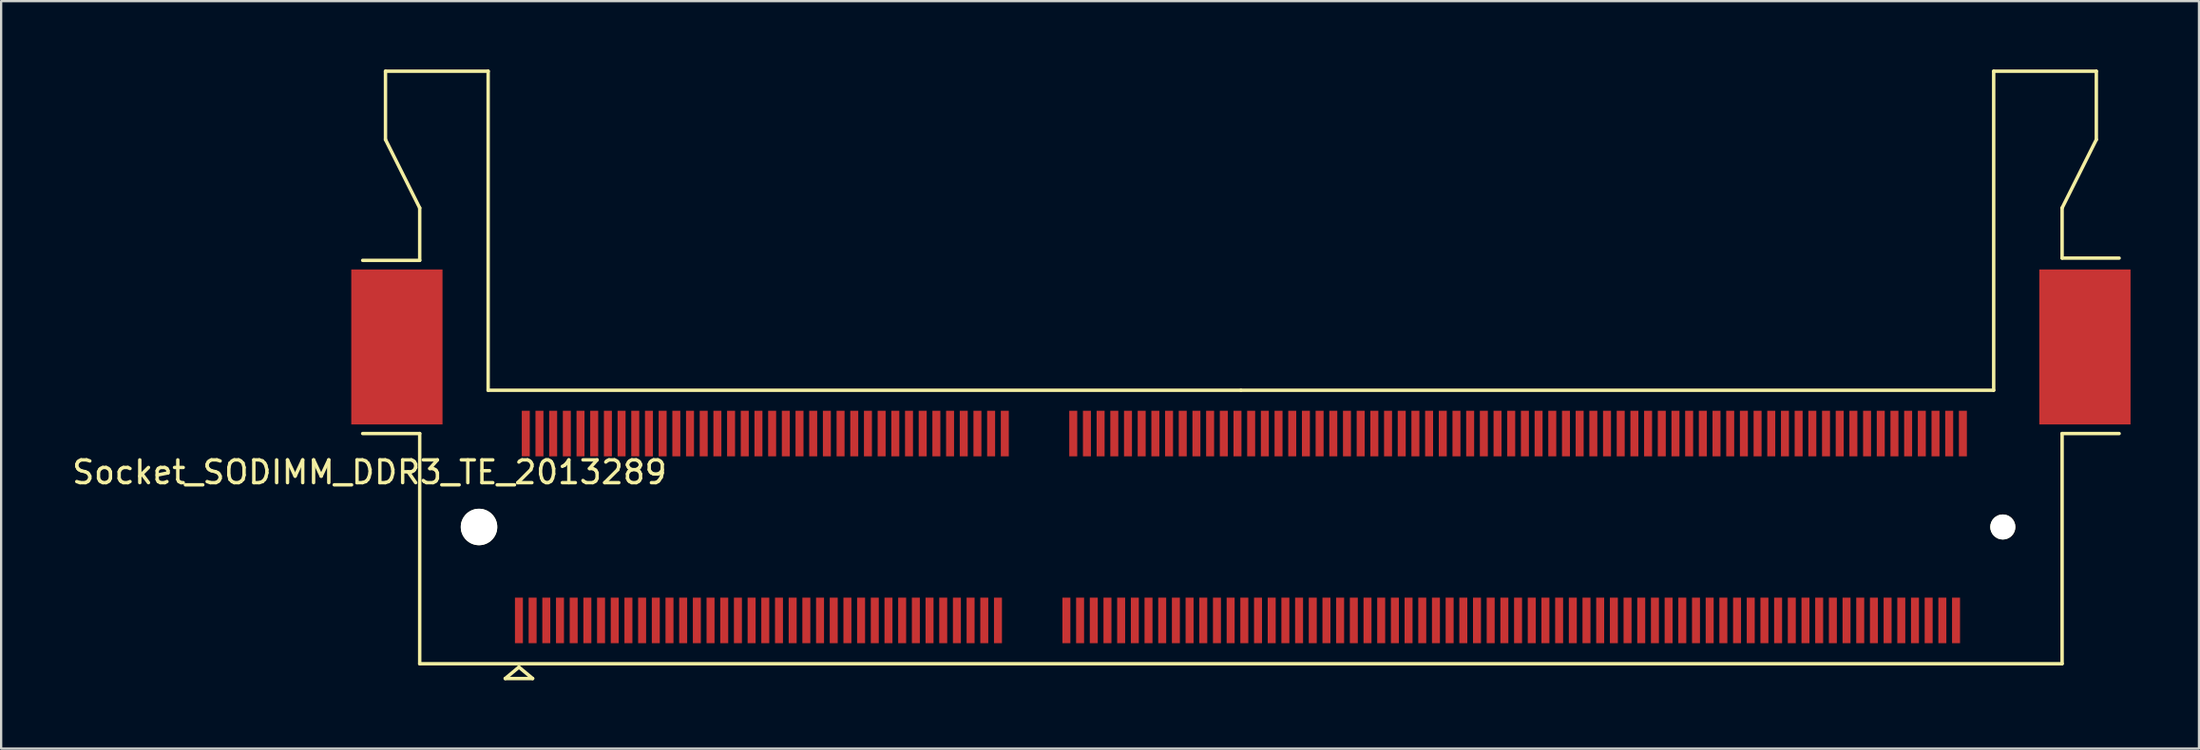
<source format=kicad_pcb>
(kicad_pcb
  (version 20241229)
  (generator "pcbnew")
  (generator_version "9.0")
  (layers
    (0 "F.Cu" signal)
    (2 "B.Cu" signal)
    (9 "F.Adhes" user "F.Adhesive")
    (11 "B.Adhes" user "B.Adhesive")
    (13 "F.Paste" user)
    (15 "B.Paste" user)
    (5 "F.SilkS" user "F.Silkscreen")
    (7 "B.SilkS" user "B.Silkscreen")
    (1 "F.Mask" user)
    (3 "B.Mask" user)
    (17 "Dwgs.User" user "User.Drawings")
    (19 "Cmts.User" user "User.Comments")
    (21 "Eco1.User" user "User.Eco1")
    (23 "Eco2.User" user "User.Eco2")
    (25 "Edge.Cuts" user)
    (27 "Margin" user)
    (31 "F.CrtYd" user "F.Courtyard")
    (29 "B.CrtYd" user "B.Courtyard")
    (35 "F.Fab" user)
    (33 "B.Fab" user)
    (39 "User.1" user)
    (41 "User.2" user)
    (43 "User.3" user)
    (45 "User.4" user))
  (footprint "Socket_SODIMM_DDR3_TE_2013289"
    (layer "F.Cu")
    (at 51.349 20.075)
    (property "Reference" "Socket_SODIMM_DDR3_TE_2013289" (at -38.2 -2.4 0) (layer "F.SilkS") (effects (font (size 1 1) (thickness 0.15))))
    (attr smd)
    (fp_line (start -37.5 -20) (end -37.5 -17) (stroke (width 0.15) (type solid)) (layer "F.SilkS"))
    (fp_line (start -37.5 -17) (end -36 -14) (stroke (width 0.15) (type solid)) (layer "F.SilkS"))
    (fp_line (start -36 -14) (end -36 -11.7) (stroke (width 0.15) (type solid)) (layer "F.SilkS"))
    (fp_line (start -36 -11.7) (end -38.5 -11.7) (stroke (width 0.15) (type solid)) (layer "F.SilkS"))
    (fp_line (start -36 -4.1) (end -38.5 -4.1) (stroke (width 0.15) (type solid)) (layer "F.SilkS"))
    (fp_line (start -36 -4.1) (end -36 6) (stroke (width 0.15) (type solid)) (layer "F.SilkS"))
    (fp_line (start -36 6) (end 36 6) (stroke (width 0.15) (type solid)) (layer "F.SilkS"))
    (fp_line (start -33 -20) (end -37.5 -20) (stroke (width 0.15) (type solid)) (layer "F.SilkS"))
    (fp_line (start -33 -6) (end -33 -20) (stroke (width 0.15) (type solid)) (layer "F.SilkS"))
    (fp_line (start -32.25 6.65) (end -31.65 6.15) (stroke (width 0.15) (type solid)) (layer "F.SilkS"))
    (fp_line (start -31.65 6.15) (end -31.05 6.65) (stroke (width 0.15) (type solid)) (layer "F.SilkS"))
    (fp_line (start -31.05 6.65) (end -32.25 6.65) (stroke (width 0.15) (type solid)) (layer "F.SilkS"))
    (fp_line (start 0 -6) (end -33 -6) (stroke (width 0.15) (type solid)) (layer "F.SilkS"))
    (fp_line (start 33 -20) (end 33 -6) (stroke (width 0.15) (type solid)) (layer "F.SilkS"))
    (fp_line (start 33 -6) (end 0 -6) (stroke (width 0.15) (type solid)) (layer "F.SilkS"))
    (fp_line (start 36 -14) (end 36 -11.8) (stroke (width 0.15) (type solid)) (layer "F.SilkS"))
    (fp_line (start 36 -14) (end 37.5 -17) (stroke (width 0.15) (type solid)) (layer "F.SilkS"))
    (fp_line (start 36 -11.8) (end 38.5 -11.8) (stroke (width 0.15) (type solid)) (layer "F.SilkS"))
    (fp_line (start 36 -4.1) (end 38.5 -4.1) (stroke (width 0.15) (type solid)) (layer "F.SilkS"))
    (fp_line (start 36 6) (end 36 -4.1) (stroke (width 0.15) (type solid)) (layer "F.SilkS"))
    (fp_line (start 37.5 -20) (end 33 -20) (stroke (width 0.15) (type solid)) (layer "F.SilkS"))
    (fp_line (start 37.5 -17) (end 37.5 -20) (stroke (width 0.15) (type solid)) (layer "F.SilkS"))
    (pad "" smd rect (at -37 -7.9) (size 4 6.8) (layers "F.Cu" "F.Mask" "F.Paste"))
    (pad "" np_thru_hole circle (at -33.4 0) (size 1.6 1.6) (drill 1.6) (layers "*.Cu" "*.Mask" "F.SilkS"))
    (pad "" np_thru_hole circle (at 33.4 0) (size 1.1 1.1) (drill 1.1) (layers "*.Cu" "*.Mask" "F.SilkS"))
    (pad "" smd rect (at 37 -7.9) (size 4 6.8) (layers "F.Cu" "F.Mask" "F.Paste"))
    (pad "1" smd rect (at -31.65 4.1) (size 0.35 2) (layers "F.Cu" "F.Mask" "F.Paste"))
    (pad "2" smd rect (at -31.35 -4.1) (size 0.35 2) (layers "F.Cu" "F.Mask" "F.Paste"))
    (pad "3" smd rect (at -31.05 4.1) (size 0.35 2) (layers "F.Cu" "F.Mask" "F.Paste"))
    (pad "4" smd rect (at -30.75 -4.1) (size 0.35 2) (layers "F.Cu" "F.Mask" "F.Paste"))
    (pad "5" smd rect (at -30.45 4.1) (size 0.35 2) (layers "F.Cu" "F.Mask" "F.Paste"))
    (pad "6" smd rect (at -30.15 -4.1) (size 0.35 2) (layers "F.Cu" "F.Mask" "F.Paste"))
    (pad "7" smd rect (at -29.85 4.1) (size 0.35 2) (layers "F.Cu" "F.Mask" "F.Paste"))
    (pad "8" smd rect (at -29.55 -4.1) (size 0.35 2) (layers "F.Cu" "F.Mask" "F.Paste"))
    (pad "9" smd rect (at -29.25 4.1) (size 0.35 2) (layers "F.Cu" "F.Mask" "F.Paste"))
    (pad "10" smd rect (at -28.95 -4.1) (size 0.35 2) (layers "F.Cu" "F.Mask" "F.Paste"))
    (pad "11" smd rect (at -28.65 4.1) (size 0.35 2) (layers "F.Cu" "F.Mask" "F.Paste"))
    (pad "12" smd rect (at -28.35 -4.1) (size 0.35 2) (layers "F.Cu" "F.Mask" "F.Paste"))
    (pad "13" smd rect (at -28.05 4.1) (size 0.35 2) (layers "F.Cu" "F.Mask" "F.Paste"))
    (pad "14" smd rect (at -27.75 -4.1) (size 0.35 2) (layers "F.Cu" "F.Mask" "F.Paste"))
    (pad "15" smd rect (at -27.45 4.1) (size 0.35 2) (layers "F.Cu" "F.Mask" "F.Paste"))
    (pad "16" smd rect (at -27.15 -4.1) (size 0.35 2) (layers "F.Cu" "F.Mask" "F.Paste"))
    (pad "17" smd rect (at -26.85 4.1) (size 0.35 2) (layers "F.Cu" "F.Mask" "F.Paste"))
    (pad "18" smd rect (at -26.55 -4.1) (size 0.35 2) (layers "F.Cu" "F.Mask" "F.Paste"))
    (pad "19" smd rect (at -26.25 4.1) (size 0.35 2) (layers "F.Cu" "F.Mask" "F.Paste"))
    (pad "20" smd rect (at -25.95 -4.1) (size 0.35 2) (layers "F.Cu" "F.Mask" "F.Paste"))
    (pad "21" smd rect (at -25.65 4.1) (size 0.35 2) (layers "F.Cu" "F.Mask" "F.Paste"))
    (pad "22" smd rect (at -25.35 -4.1) (size 0.35 2) (layers "F.Cu" "F.Mask" "F.Paste"))
    (pad "23" smd rect (at -25.05 4.1) (size 0.35 2) (layers "F.Cu" "F.Mask" "F.Paste"))
    (pad "24" smd rect (at -24.75 -4.1) (size 0.35 2) (layers "F.Cu" "F.Mask" "F.Paste"))
    (pad "25" smd rect (at -24.45 4.1) (size 0.35 2) (layers "F.Cu" "F.Mask" "F.Paste"))
    (pad "26" smd rect (at -24.15 -4.1) (size 0.35 2) (layers "F.Cu" "F.Mask" "F.Paste"))
    (pad "27" smd rect (at -23.85 4.1) (size 0.35 2) (layers "F.Cu" "F.Mask" "F.Paste"))
    (pad "28" smd rect (at -23.55 -4.1) (size 0.35 2) (layers "F.Cu" "F.Mask" "F.Paste"))
    (pad "29" smd rect (at -23.25 4.1) (size 0.35 2) (layers "F.Cu" "F.Mask" "F.Paste"))
    (pad "30" smd rect (at -22.95 -4.1) (size 0.35 2) (layers "F.Cu" "F.Mask" "F.Paste"))
    (pad "31" smd rect (at -22.65 4.1) (size 0.35 2) (layers "F.Cu" "F.Mask" "F.Paste"))
    (pad "32" smd rect (at -22.35 -4.1) (size 0.35 2) (layers "F.Cu" "F.Mask" "F.Paste"))
    (pad "33" smd rect (at -22.05 4.1) (size 0.35 2) (layers "F.Cu" "F.Mask" "F.Paste"))
    (pad "34" smd rect (at -21.75 -4.1) (size 0.35 2) (layers "F.Cu" "F.Mask" "F.Paste"))
    (pad "35" smd rect (at -21.45 4.1) (size 0.35 2) (layers "F.Cu" "F.Mask" "F.Paste"))
    (pad "36" smd rect (at -21.15 -4.1) (size 0.35 2) (layers "F.Cu" "F.Mask" "F.Paste"))
    (pad "37" smd rect (at -20.85 4.1) (size 0.35 2) (layers "F.Cu" "F.Mask" "F.Paste"))
    (pad "38" smd rect (at -20.55 -4.1) (size 0.35 2) (layers "F.Cu" "F.Mask" "F.Paste"))
    (pad "39" smd rect (at -20.25 4.1) (size 0.35 2) (layers "F.Cu" "F.Mask" "F.Paste"))
    (pad "40" smd rect (at -19.95 -4.1) (size 0.35 2) (layers "F.Cu" "F.Mask" "F.Paste"))
    (pad "41" smd rect (at -19.65 4.1) (size 0.35 2) (layers "F.Cu" "F.Mask" "F.Paste"))
    (pad "42" smd rect (at -19.35 -4.1) (size 0.35 2) (layers "F.Cu" "F.Mask" "F.Paste"))
    (pad "43" smd rect (at -19.05 4.1) (size 0.35 2) (layers "F.Cu" "F.Mask" "F.Paste"))
    (pad "44" smd rect (at -18.75 -4.1) (size 0.35 2) (layers "F.Cu" "F.Mask" "F.Paste"))
    (pad "45" smd rect (at -18.45 4.1) (size 0.35 2) (layers "F.Cu" "F.Mask" "F.Paste"))
    (pad "46" smd rect (at -18.15 -4.1) (size 0.35 2) (layers "F.Cu" "F.Mask" "F.Paste"))
    (pad "47" smd rect (at -17.85 4.1) (size 0.35 2) (layers "F.Cu" "F.Mask" "F.Paste"))
    (pad "48" smd rect (at -17.55 -4.1) (size 0.35 2) (layers "F.Cu" "F.Mask" "F.Paste"))
    (pad "49" smd rect (at -17.25 4.1) (size 0.35 2) (layers "F.Cu" "F.Mask" "F.Paste"))
    (pad "50" smd rect (at -16.95 -4.1) (size 0.35 2) (layers "F.Cu" "F.Mask" "F.Paste"))
    (pad "51" smd rect (at -16.65 4.1) (size 0.35 2) (layers "F.Cu" "F.Mask" "F.Paste"))
    (pad "52" smd rect (at -16.35 -4.1) (size 0.35 2) (layers "F.Cu" "F.Mask" "F.Paste"))
    (pad "53" smd rect (at -16.05 4.1) (size 0.35 2) (layers "F.Cu" "F.Mask" "F.Paste"))
    (pad "54" smd rect (at -15.75 -4.1) (size 0.35 2) (layers "F.Cu" "F.Mask" "F.Paste"))
    (pad "55" smd rect (at -15.45 4.1) (size 0.35 2) (layers "F.Cu" "F.Mask" "F.Paste"))
    (pad "56" smd rect (at -15.15 -4.1) (size 0.35 2) (layers "F.Cu" "F.Mask" "F.Paste"))
    (pad "57" smd rect (at -14.85 4.1) (size 0.35 2) (layers "F.Cu" "F.Mask" "F.Paste"))
    (pad "58" smd rect (at -14.55 -4.1) (size 0.35 2) (layers "F.Cu" "F.Mask" "F.Paste"))
    (pad "59" smd rect (at -14.25 4.1) (size 0.35 2) (layers "F.Cu" "F.Mask" "F.Paste"))
    (pad "60" smd rect (at -13.95 -4.1) (size 0.35 2) (layers "F.Cu" "F.Mask" "F.Paste"))
    (pad "61" smd rect (at -13.65 4.1) (size 0.35 2) (layers "F.Cu" "F.Mask" "F.Paste"))
    (pad "62" smd rect (at -13.35 -4.1) (size 0.35 2) (layers "F.Cu" "F.Mask" "F.Paste"))
    (pad "63" smd rect (at -13.05 4.1) (size 0.35 2) (layers "F.Cu" "F.Mask" "F.Paste"))
    (pad "64" smd rect (at -12.75 -4.1) (size 0.35 2) (layers "F.Cu" "F.Mask" "F.Paste"))
    (pad "65" smd rect (at -12.45 4.1) (size 0.35 2) (layers "F.Cu" "F.Mask" "F.Paste"))
    (pad "66" smd rect (at -12.15 -4.1) (size 0.35 2) (layers "F.Cu" "F.Mask" "F.Paste"))
    (pad "67" smd rect (at -11.85 4.1) (size 0.35 2) (layers "F.Cu" "F.Mask" "F.Paste"))
    (pad "68" smd rect (at -11.55 -4.1) (size 0.35 2) (layers "F.Cu" "F.Mask" "F.Paste"))
    (pad "69" smd rect (at -11.25 4.1) (size 0.35 2) (layers "F.Cu" "F.Mask" "F.Paste"))
    (pad "70" smd rect (at -10.95 -4.1) (size 0.35 2) (layers "F.Cu" "F.Mask" "F.Paste"))
    (pad "71" smd rect (at -10.65 4.1) (size 0.35 2) (layers "F.Cu" "F.Mask" "F.Paste"))
    (pad "72" smd rect (at -10.35 -4.1) (size 0.35 2) (layers "F.Cu" "F.Mask" "F.Paste"))
    (pad "73" smd rect (at -7.65 4.1) (size 0.35 2) (layers "F.Cu" "F.Mask" "F.Paste"))
    (pad "74" smd rect (at -7.35 -4.1) (size 0.35 2) (layers "F.Cu" "F.Mask" "F.Paste"))
    (pad "75" smd rect (at -7.05 4.1) (size 0.35 2) (layers "F.Cu" "F.Mask" "F.Paste"))
    (pad "76" smd rect (at -6.75 -4.1) (size 0.35 2) (layers "F.Cu" "F.Mask" "F.Paste"))
    (pad "77" smd rect (at -6.45 4.1) (size 0.35 2) (layers "F.Cu" "F.Mask" "F.Paste"))
    (pad "78" smd rect (at -6.15 -4.1) (size 0.35 2) (layers "F.Cu" "F.Mask" "F.Paste"))
    (pad "79" smd rect (at -5.85 4.1) (size 0.35 2) (layers "F.Cu" "F.Mask" "F.Paste"))
    (pad "80" smd rect (at -5.55 -4.1) (size 0.35 2) (layers "F.Cu" "F.Mask" "F.Paste"))
    (pad "81" smd rect (at -5.25 4.1) (size 0.35 2) (layers "F.Cu" "F.Mask" "F.Paste"))
    (pad "82" smd rect (at -4.95 -4.1) (size 0.35 2) (layers "F.Cu" "F.Mask" "F.Paste"))
    (pad "83" smd rect (at -4.65 4.1) (size 0.35 2) (layers "F.Cu" "F.Mask" "F.Paste"))
    (pad "84" smd rect (at -4.35 -4.1) (size 0.35 2) (layers "F.Cu" "F.Mask" "F.Paste"))
    (pad "85" smd rect (at -4.05 4.1) (size 0.35 2) (layers "F.Cu" "F.Mask" "F.Paste"))
    (pad "86" smd rect (at -3.75 -4.1) (size 0.35 2) (layers "F.Cu" "F.Mask" "F.Paste"))
    (pad "87" smd rect (at -3.45 4.1) (size 0.35 2) (layers "F.Cu" "F.Mask" "F.Paste"))
    (pad "88" smd rect (at -3.15 -4.1) (size 0.35 2) (layers "F.Cu" "F.Mask" "F.Paste"))
    (pad "89" smd rect (at -2.85 4.1) (size 0.35 2) (layers "F.Cu" "F.Mask" "F.Paste"))
    (pad "90" smd rect (at -2.55 -4.1) (size 0.35 2) (layers "F.Cu" "F.Mask" "F.Paste"))
    (pad "91" smd rect (at -2.25 4.1) (size 0.35 2) (layers "F.Cu" "F.Mask" "F.Paste"))
    (pad "92" smd rect (at -1.95 -4.1) (size 0.35 2) (layers "F.Cu" "F.Mask" "F.Paste"))
    (pad "93" smd rect (at -1.65 4.1) (size 0.35 2) (layers "F.Cu" "F.Mask" "F.Paste"))
    (pad "94" smd rect (at -1.35 -4.1) (size 0.35 2) (layers "F.Cu" "F.Mask" "F.Paste"))
    (pad "95" smd rect (at -1.05 4.1) (size 0.35 2) (layers "F.Cu" "F.Mask" "F.Paste"))
    (pad "96" smd rect (at -0.75 -4.1) (size 0.35 2) (layers "F.Cu" "F.Mask" "F.Paste"))
    (pad "97" smd rect (at -0.45 4.1) (size 0.35 2) (layers "F.Cu" "F.Mask" "F.Paste"))
    (pad "98" smd rect (at -0.15 -4.1) (size 0.35 2) (layers "F.Cu" "F.Mask" "F.Paste"))
    (pad "99" smd rect (at 0.15 4.1) (size 0.35 2) (layers "F.Cu" "F.Mask" "F.Paste"))
    (pad "100" smd rect (at 0.45 -4.1) (size 0.35 2) (layers "F.Cu" "F.Mask" "F.Paste"))
    (pad "101" smd rect (at 0.75 4.1) (size 0.35 2) (layers "F.Cu" "F.Mask" "F.Paste"))
    (pad "102" smd rect (at 1.05 -4.1) (size 0.35 2) (layers "F.Cu" "F.Mask" "F.Paste"))
    (pad "103" smd rect (at 1.35 4.1) (size 0.35 2) (layers "F.Cu" "F.Mask" "F.Paste"))
    (pad "104" smd rect (at 1.65 -4.1) (size 0.35 2) (layers "F.Cu" "F.Mask" "F.Paste"))
    (pad "105" smd rect (at 1.95 4.1) (size 0.35 2) (layers "F.Cu" "F.Mask" "F.Paste"))
    (pad "106" smd rect (at 2.25 -4.1) (size 0.35 2) (layers "F.Cu" "F.Mask" "F.Paste"))
    (pad "107" smd rect (at 2.55 4.1) (size 0.35 2) (layers "F.Cu" "F.Mask" "F.Paste"))
    (pad "108" smd rect (at 2.85 -4.1) (size 0.35 2) (layers "F.Cu" "F.Mask" "F.Paste"))
    (pad "109" smd rect (at 3.15 4.1) (size 0.35 2) (layers "F.Cu" "F.Mask" "F.Paste"))
    (pad "110" smd rect (at 3.45 -4.1) (size 0.35 2) (layers "F.Cu" "F.Mask" "F.Paste"))
    (pad "111" smd rect (at 3.75 4.1) (size 0.35 2) (layers "F.Cu" "F.Mask" "F.Paste"))
    (pad "112" smd rect (at 4.05 -4.1) (size 0.35 2) (layers "F.Cu" "F.Mask" "F.Paste"))
    (pad "113" smd rect (at 4.35 4.1) (size 0.35 2) (layers "F.Cu" "F.Mask" "F.Paste"))
    (pad "114" smd rect (at 4.65 -4.1) (size 0.35 2) (layers "F.Cu" "F.Mask" "F.Paste"))
    (pad "115" smd rect (at 4.95 4.1) (size 0.35 2) (layers "F.Cu" "F.Mask" "F.Paste"))
    (pad "116" smd rect (at 5.25 -4.1) (size 0.35 2) (layers "F.Cu" "F.Mask" "F.Paste"))
    (pad "117" smd rect (at 5.55 4.1) (size 0.35 2) (layers "F.Cu" "F.Mask" "F.Paste"))
    (pad "118" smd rect (at 5.85 -4.1) (size 0.35 2) (layers "F.Cu" "F.Mask" "F.Paste"))
    (pad "119" smd rect (at 6.15 4.1) (size 0.35 2) (layers "F.Cu" "F.Mask" "F.Paste"))
    (pad "120" smd rect (at 6.45 -4.1) (size 0.35 2) (layers "F.Cu" "F.Mask" "F.Paste"))
    (pad "121" smd rect (at 6.75 4.1) (size 0.35 2) (layers "F.Cu" "F.Mask" "F.Paste"))
    (pad "122" smd rect (at 7.05 -4.1) (size 0.35 2) (layers "F.Cu" "F.Mask" "F.Paste"))
    (pad "123" smd rect (at 7.35 4.1) (size 0.35 2) (layers "F.Cu" "F.Mask" "F.Paste"))
    (pad "124" smd rect (at 7.65 -4.1) (size 0.35 2) (layers "F.Cu" "F.Mask" "F.Paste"))
    (pad "125" smd rect (at 7.95 4.1) (size 0.35 2) (layers "F.Cu" "F.Mask" "F.Paste"))
    (pad "126" smd rect (at 8.25 -4.1) (size 0.35 2) (layers "F.Cu" "F.Mask" "F.Paste"))
    (pad "127" smd rect (at 8.55 4.1) (size 0.35 2) (layers "F.Cu" "F.Mask" "F.Paste"))
    (pad "128" smd rect (at 8.85 -4.1) (size 0.35 2) (layers "F.Cu" "F.Mask" "F.Paste"))
    (pad "129" smd rect (at 9.15 4.1) (size 0.35 2) (layers "F.Cu" "F.Mask" "F.Paste"))
    (pad "130" smd rect (at 9.45 -4.1) (size 0.35 2) (layers "F.Cu" "F.Mask" "F.Paste"))
    (pad "131" smd rect (at 9.75 4.1) (size 0.35 2) (layers "F.Cu" "F.Mask" "F.Paste"))
    (pad "132" smd rect (at 10.05 -4.1) (size 0.35 2) (layers "F.Cu" "F.Mask" "F.Paste"))
    (pad "133" smd rect (at 10.35 4.1) (size 0.35 2) (layers "F.Cu" "F.Mask" "F.Paste"))
    (pad "134" smd rect (at 10.65 -4.1) (size 0.35 2) (layers "F.Cu" "F.Mask" "F.Paste"))
    (pad "135" smd rect (at 10.95 4.1) (size 0.35 2) (layers "F.Cu" "F.Mask" "F.Paste"))
    (pad "136" smd rect (at 11.25 -4.1) (size 0.35 2) (layers "F.Cu" "F.Mask" "F.Paste"))
    (pad "137" smd rect (at 11.55 4.1) (size 0.35 2) (layers "F.Cu" "F.Mask" "F.Paste"))
    (pad "138" smd rect (at 11.85 -4.1) (size 0.35 2) (layers "F.Cu" "F.Mask" "F.Paste"))
    (pad "139" smd rect (at 12.15 4.1) (size 0.35 2) (layers "F.Cu" "F.Mask" "F.Paste"))
    (pad "140" smd rect (at 12.45 -4.1) (size 0.35 2) (layers "F.Cu" "F.Mask" "F.Paste"))
    (pad "141" smd rect (at 12.75 4.1) (size 0.35 2) (layers "F.Cu" "F.Mask" "F.Paste"))
    (pad "142" smd rect (at 13.05 -4.1) (size 0.35 2) (layers "F.Cu" "F.Mask" "F.Paste"))
    (pad "143" smd rect (at 13.35 4.1) (size 0.35 2) (layers "F.Cu" "F.Mask" "F.Paste"))
    (pad "144" smd rect (at 13.65 -4.1) (size 0.35 2) (layers "F.Cu" "F.Mask" "F.Paste"))
    (pad "145" smd rect (at 13.95 4.1) (size 0.35 2) (layers "F.Cu" "F.Mask" "F.Paste"))
    (pad "146" smd rect (at 14.25 -4.1) (size 0.35 2) (layers "F.Cu" "F.Mask" "F.Paste"))
    (pad "147" smd rect (at 14.55 4.1) (size 0.35 2) (layers "F.Cu" "F.Mask" "F.Paste"))
    (pad "148" smd rect (at 14.85 -4.1) (size 0.35 2) (layers "F.Cu" "F.Mask" "F.Paste"))
    (pad "149" smd rect (at 15.15 4.1) (size 0.35 2) (layers "F.Cu" "F.Mask" "F.Paste"))
    (pad "150" smd rect (at 15.45 -4.1) (size 0.35 2) (layers "F.Cu" "F.Mask" "F.Paste"))
    (pad "151" smd rect (at 15.75 4.1) (size 0.35 2) (layers "F.Cu" "F.Mask" "F.Paste"))
    (pad "152" smd rect (at 16.05 -4.1) (size 0.35 2) (layers "F.Cu" "F.Mask" "F.Paste"))
    (pad "153" smd rect (at 16.35 4.1) (size 0.35 2) (layers "F.Cu" "F.Mask" "F.Paste"))
    (pad "154" smd rect (at 16.65 -4.1) (size 0.35 2) (layers "F.Cu" "F.Mask" "F.Paste"))
    (pad "155" smd rect (at 16.95 4.1) (size 0.35 2) (layers "F.Cu" "F.Mask" "F.Paste"))
    (pad "156" smd rect (at 17.25 -4.1) (size 0.35 2) (layers "F.Cu" "F.Mask" "F.Paste"))
    (pad "157" smd rect (at 17.55 4.1) (size 0.35 2) (layers "F.Cu" "F.Mask" "F.Paste"))
    (pad "158" smd rect (at 17.85 -4.1) (size 0.35 2) (layers "F.Cu" "F.Mask" "F.Paste"))
    (pad "159" smd rect (at 18.15 4.1) (size 0.35 2) (layers "F.Cu" "F.Mask" "F.Paste"))
    (pad "160" smd rect (at 18.45 -4.1) (size 0.35 2) (layers "F.Cu" "F.Mask" "F.Paste"))
    (pad "161" smd rect (at 18.75 4.1) (size 0.35 2) (layers "F.Cu" "F.Mask" "F.Paste"))
    (pad "162" smd rect (at 19.05 -4.1) (size 0.35 2) (layers "F.Cu" "F.Mask" "F.Paste"))
    (pad "163" smd rect (at 19.35 4.1) (size 0.35 2) (layers "F.Cu" "F.Mask" "F.Paste"))
    (pad "164" smd rect (at 19.65 -4.1) (size 0.35 2) (layers "F.Cu" "F.Mask" "F.Paste"))
    (pad "165" smd rect (at 19.95 4.1) (size 0.35 2) (layers "F.Cu" "F.Mask" "F.Paste"))
    (pad "166" smd rect (at 20.25 -4.1) (size 0.35 2) (layers "F.Cu" "F.Mask" "F.Paste"))
    (pad "167" smd rect (at 20.55 4.1) (size 0.35 2) (layers "F.Cu" "F.Mask" "F.Paste"))
    (pad "168" smd rect (at 20.85 -4.1) (size 0.35 2) (layers "F.Cu" "F.Mask" "F.Paste"))
    (pad "169" smd rect (at 21.15 4.1) (size 0.35 2) (layers "F.Cu" "F.Mask" "F.Paste"))
    (pad "170" smd rect (at 21.45 -4.1) (size 0.35 2) (layers "F.Cu" "F.Mask" "F.Paste"))
    (pad "171" smd rect (at 21.75 4.1) (size 0.35 2) (layers "F.Cu" "F.Mask" "F.Paste"))
    (pad "172" smd rect (at 22.05 -4.1) (size 0.35 2) (layers "F.Cu" "F.Mask" "F.Paste"))
    (pad "173" smd rect (at 22.35 4.1) (size 0.35 2) (layers "F.Cu" "F.Mask" "F.Paste"))
    (pad "174" smd rect (at 22.65 -4.1) (size 0.35 2) (layers "F.Cu" "F.Mask" "F.Paste"))
    (pad "175" smd rect (at 22.95 4.1) (size 0.35 2) (layers "F.Cu" "F.Mask" "F.Paste"))
    (pad "176" smd rect (at 23.25 -4.1) (size 0.35 2) (layers "F.Cu" "F.Mask" "F.Paste"))
    (pad "177" smd rect (at 23.55 4.1) (size 0.35 2) (layers "F.Cu" "F.Mask" "F.Paste"))
    (pad "178" smd rect (at 23.85 -4.1) (size 0.35 2) (layers "F.Cu" "F.Mask" "F.Paste"))
    (pad "179" smd rect (at 24.15 4.1) (size 0.35 2) (layers "F.Cu" "F.Mask" "F.Paste"))
    (pad "180" smd rect (at 24.45 -4.1) (size 0.35 2) (layers "F.Cu" "F.Mask" "F.Paste"))
    (pad "181" smd rect (at 24.75 4.1) (size 0.35 2) (layers "F.Cu" "F.Mask" "F.Paste"))
    (pad "182" smd rect (at 25.05 -4.1) (size 0.35 2) (layers "F.Cu" "F.Mask" "F.Paste"))
    (pad "183" smd rect (at 25.35 4.1) (size 0.35 2) (layers "F.Cu" "F.Mask" "F.Paste"))
    (pad "184" smd rect (at 25.65 -4.1) (size 0.35 2) (layers "F.Cu" "F.Mask" "F.Paste"))
    (pad "185" smd rect (at 25.95 4.1) (size 0.35 2) (layers "F.Cu" "F.Mask" "F.Paste"))
    (pad "186" smd rect (at 26.25 -4.1) (size 0.35 2) (layers "F.Cu" "F.Mask" "F.Paste"))
    (pad "187" smd rect (at 26.55 4.1) (size 0.35 2) (layers "F.Cu" "F.Mask" "F.Paste"))
    (pad "188" smd rect (at 26.85 -4.1) (size 0.35 2) (layers "F.Cu" "F.Mask" "F.Paste"))
    (pad "189" smd rect (at 27.15 4.1) (size 0.35 2) (layers "F.Cu" "F.Mask" "F.Paste"))
    (pad "190" smd rect (at 27.45 -4.1) (size 0.35 2) (layers "F.Cu" "F.Mask" "F.Paste"))
    (pad "191" smd rect (at 27.75 4.1) (size 0.35 2) (layers "F.Cu" "F.Mask" "F.Paste"))
    (pad "192" smd rect (at 28.05 -4.1) (size 0.35 2) (layers "F.Cu" "F.Mask" "F.Paste"))
    (pad "193" smd rect (at 28.35 4.1) (size 0.35 2) (layers "F.Cu" "F.Mask" "F.Paste"))
    (pad "194" smd rect (at 28.65 -4.1) (size 0.35 2) (layers "F.Cu" "F.Mask" "F.Paste"))
    (pad "195" smd rect (at 28.95 4.1) (size 0.35 2) (layers "F.Cu" "F.Mask" "F.Paste"))
    (pad "196" smd rect (at 29.25 -4.1) (size 0.35 2) (layers "F.Cu" "F.Mask" "F.Paste"))
    (pad "197" smd rect (at 29.55 4.1) (size 0.35 2) (layers "F.Cu" "F.Mask" "F.Paste"))
    (pad "198" smd rect (at 29.85 -4.1) (size 0.35 2) (layers "F.Cu" "F.Mask" "F.Paste"))
    (pad "199" smd rect (at 30.15 4.1) (size 0.35 2) (layers "F.Cu" "F.Mask" "F.Paste"))
    (pad "200" smd rect (at 30.45 -4.1) (size 0.35 2) (layers "F.Cu" "F.Mask" "F.Paste"))
    (pad "201" smd rect (at 30.75 4.1) (size 0.35 2) (layers "F.Cu" "F.Mask" "F.Paste"))
    (pad "202" smd rect (at 31.05 -4.1) (size 0.35 2) (layers "F.Cu" "F.Mask" "F.Paste"))
    (pad "203" smd rect (at 31.35 4.1) (size 0.35 2) (layers "F.Cu" "F.Mask" "F.Paste"))
    (pad "204" smd rect (at 31.65 -4.1) (size 0.35 2) (layers "F.Cu" "F.Mask" "F.Paste")))
  (gr_rect
    (start -3 -3)
    (end 93.349 29.8)
    (stroke (width 0.1) (type default))
    (fill no)
    (layer "Edge.Cuts")))
</source>
